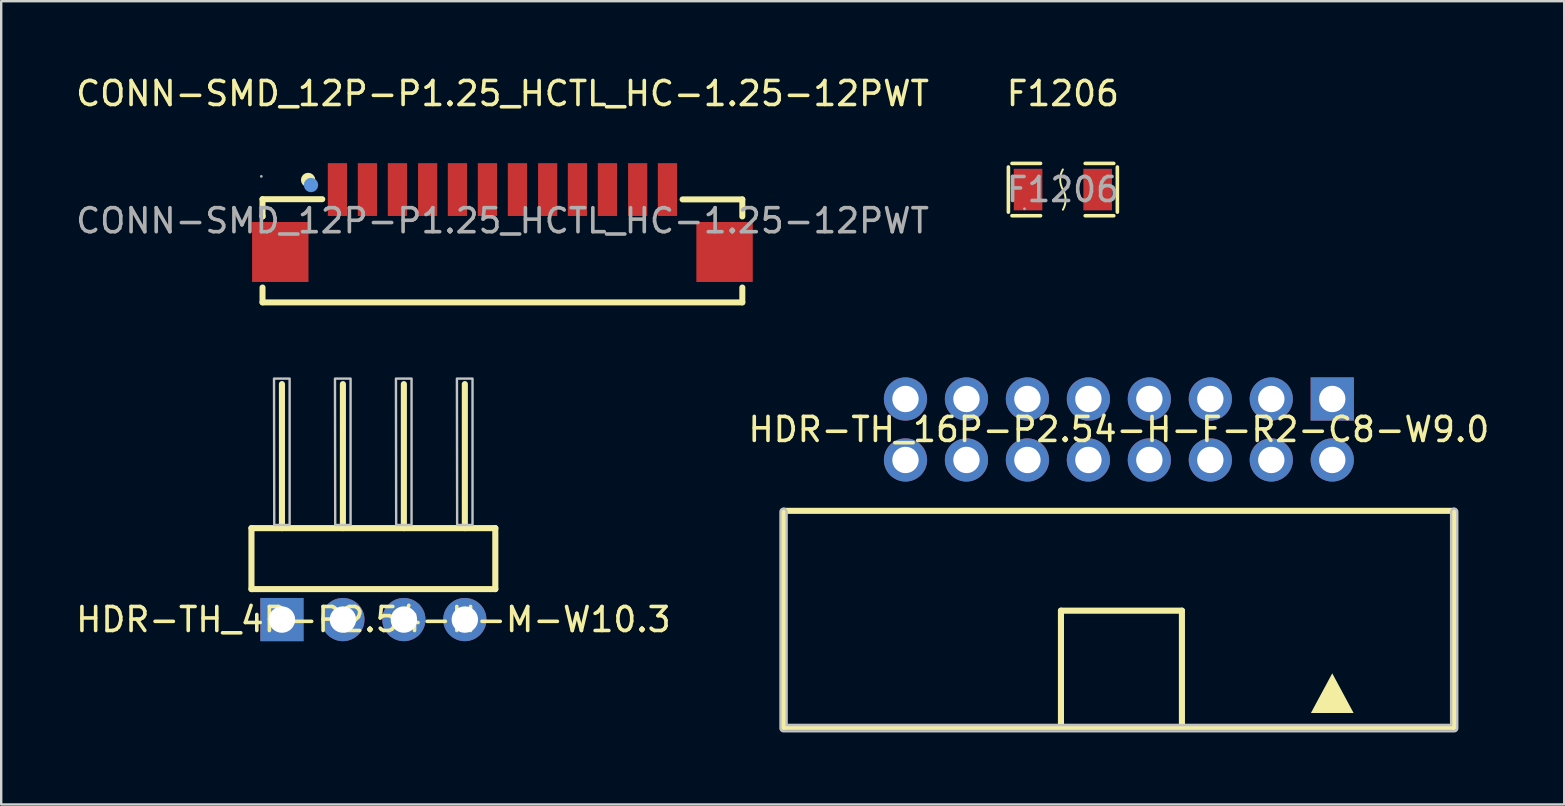
<source format=kicad_pcb>
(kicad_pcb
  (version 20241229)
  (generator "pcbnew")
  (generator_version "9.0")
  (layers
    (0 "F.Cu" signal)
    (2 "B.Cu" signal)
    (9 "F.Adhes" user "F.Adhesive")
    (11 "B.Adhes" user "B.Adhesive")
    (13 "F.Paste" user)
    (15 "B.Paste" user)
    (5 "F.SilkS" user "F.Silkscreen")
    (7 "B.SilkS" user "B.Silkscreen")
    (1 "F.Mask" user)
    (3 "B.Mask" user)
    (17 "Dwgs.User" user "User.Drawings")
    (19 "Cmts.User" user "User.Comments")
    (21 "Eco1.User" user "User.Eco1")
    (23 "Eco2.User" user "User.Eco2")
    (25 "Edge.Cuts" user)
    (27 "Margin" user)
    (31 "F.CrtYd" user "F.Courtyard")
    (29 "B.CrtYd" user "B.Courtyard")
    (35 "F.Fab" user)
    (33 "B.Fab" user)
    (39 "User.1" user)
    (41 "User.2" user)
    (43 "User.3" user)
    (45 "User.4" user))
  (footprint "F1206"
    (layer "F.Cu")
    (at 41.232 4.848)
    (property "Reference" "F1206" (at 0 -4 0) (layer "F.SilkS") (effects (font (size 1 1) (thickness 0.15))))
    (attr smd)
    (fp_line (start -2.27 -0.94) (end -2.27 0.94) (stroke (width 0.15) (type solid)) (layer "F.SilkS"))
    (fp_line (start -2.12 1.09) (end -0.93 1.09) (stroke (width 0.15) (type solid)) (layer "F.SilkS"))
    (fp_line (start -0.93 -1.09) (end -2.12 -1.09) (stroke (width 0.15) (type solid)) (layer "F.SilkS"))
    (fp_line (start 0.93 -1.09) (end 2.12 -1.09) (stroke (width 0.15) (type solid)) (layer "F.SilkS"))
    (fp_line (start 2.12 1.09) (end 0.93 1.09) (stroke (width 0.15) (type solid)) (layer "F.SilkS"))
    (fp_line (start 2.27 -0.94) (end 2.27 0.94) (stroke (width 0.15) (type solid)) (layer "F.SilkS"))
    (fp_arc (start -0.001269 -0.002199) (mid 0.112199 0.418731) (end 0 0.84) (stroke (width 0.08) (type solid)) (layer "F.SilkS"))
    (fp_arc (start 0.001269 0.002199) (mid -0.112199 -0.418731) (end 0 -0.84) (stroke (width 0.08) (type solid)) (layer "F.SilkS"))
    (fp_circle (center -1.6 0.8) (end -1.57 0.8) (stroke (width 0.06) (type solid)) (fill no) (layer "F.Fab"))
    (fp_text user "${REFERENCE}" (at 0 0 0) (layer "F.Fab") (effects (font (size 1 1) (thickness 0.15))))
    (pad "1" smd rect (at -1.45 0) (size 1.19 1.73) (layers "F.Cu" "F.Mask" "F.Paste"))
    (pad "2" smd rect (at 1.45 0) (size 1.19 1.73) (layers "F.Cu" "F.Mask" "F.Paste")))
  (footprint "HDR-TH_16P-P2.54-H-F-R2-C8-W9.0"
    (layer "F.Cu")
    (at 43.565 14.843)
    (property "Reference" "HDR-TH_16P-P2.54-H-F-R2-C8-W9.0" (at 0 0 0) (unlocked yes) (layer "F.SilkS") (effects (font (size 1 1) (thickness 0.15))))
    (fp_line (start -13.96 3.39) (end -13.96 12.39) (stroke (width 0.254) (type default)) (layer "F.SilkS"))
    (fp_line (start -13.96 3.39) (end 13.96 3.39) (stroke (width 0.254) (type default)) (layer "F.SilkS"))
    (fp_line (start -13.96 12.39) (end 13.96 12.39) (stroke (width 0.254) (type default)) (layer "F.SilkS"))
    (fp_line (start -2.413 7.549) (end 2.627 7.549) (stroke (width 0.254) (type default)) (layer "F.SilkS"))
    (fp_line (start -2.413 12.319) (end -2.413 7.549) (stroke (width 0.254) (type default)) (layer "F.SilkS"))
    (fp_line (start 2.627 7.549) (end 2.627 12.319) (stroke (width 0.254) (type default)) (layer "F.SilkS"))
    (fp_line (start 13.96 12.39) (end 13.96 3.39) (stroke (width 0.254) (type default)) (layer "F.SilkS"))
    (fp_poly (pts (xy 8.89 10.16) (xy 8.001 11.811) (xy 9.779 11.811)) (stroke (width 0) (type default)) (fill yes) (layer "F.SilkS"))
    (fp_poly (pts (arc (start -14.097 3.429) (mid -13.97 3.302) (end -13.843 3.429)) (xy -13.843 12.319) (xy 13.843 12.319) (arc (start 13.843 3.429) (mid 13.97 3.302) (end 14.097 3.429)) (arc (start 14.097 12.446) (mid 14.059803 12.535803) (end 13.97 12.573)) (arc (start -13.97 12.573) (mid -14.059803 12.535803) (end -14.097 12.446))) (stroke (width 0.1) (type default)) (fill no) (layer "Dwgs.User"))
    (fp_poly (pts (xy -9.21 -1.59) (xy -8.57 -1.59) (xy -8.57 -0.95) (xy -9.21 -0.95)) (stroke (width 0.1) (type default)) (fill no) (layer "User.1"))
    (fp_poly (pts (xy -9.21 -1.082) (xy -8.57 -1.082) (xy -8.57 3.5) (xy -9.21 3.5)) (stroke (width 0.1) (type default)) (fill no) (layer "User.1"))
    (fp_poly (pts (xy -9.21 0.95) (xy -8.57 0.95) (xy -8.57 1.59) (xy -9.21 1.59)) (stroke (width 0.1) (type default)) (fill no) (layer "User.1"))
    (fp_poly (pts (xy -6.67 -1.59) (xy -6.03 -1.59) (xy -6.03 -0.95) (xy -6.67 -0.95)) (stroke (width 0.1) (type default)) (fill no) (layer "User.1"))
    (fp_poly (pts (xy -6.67 -1.082) (xy -6.03 -1.082) (xy -6.03 3.5) (xy -6.67 3.5)) (stroke (width 0.1) (type default)) (fill no) (layer "User.1"))
    (fp_poly (pts (xy -6.67 0.95) (xy -6.03 0.95) (xy -6.03 1.59) (xy -6.67 1.59)) (stroke (width 0.1) (type default)) (fill no) (layer "User.1"))
    (fp_poly (pts (xy -4.13 -1.59) (xy -3.49 -1.59) (xy -3.49 -0.95) (xy -4.13 -0.95)) (stroke (width 0.1) (type default)) (fill no) (layer "User.1"))
    (fp_poly (pts (xy -4.13 -1.082) (xy -3.49 -1.082) (xy -3.49 3.5) (xy -4.13 3.5)) (stroke (width 0.1) (type default)) (fill no) (layer "User.1"))
    (fp_poly (pts (xy -4.13 0.95) (xy -3.49 0.95) (xy -3.49 1.59) (xy -4.13 1.59)) (stroke (width 0.1) (type default)) (fill no) (layer "User.1"))
    (fp_poly (pts (xy -1.59 -1.59) (xy -0.95 -1.59) (xy -0.95 -0.95) (xy -1.59 -0.95)) (stroke (width 0.1) (type default)) (fill no) (layer "User.1"))
    (fp_poly (pts (xy -1.59 -1.082) (xy -0.95 -1.082) (xy -0.95 3.5) (xy -1.59 3.5)) (stroke (width 0.1) (type default)) (fill no) (layer "User.1"))
    (fp_poly (pts (xy -1.59 0.95) (xy -0.95 0.95) (xy -0.95 1.59) (xy -1.59 1.59)) (stroke (width 0.1) (type default)) (fill no) (layer "User.1"))
    (fp_poly (pts (xy 0.95 -1.59) (xy 1.59 -1.59) (xy 1.59 -0.95) (xy 0.95 -0.95)) (stroke (width 0.1) (type default)) (fill no) (layer "User.1"))
    (fp_poly (pts (xy 0.95 -1.082) (xy 1.59 -1.082) (xy 1.59 3.5) (xy 0.95 3.5)) (stroke (width 0.1) (type default)) (fill no) (layer "User.1"))
    (fp_poly (pts (xy 0.95 0.95) (xy 1.59 0.95) (xy 1.59 1.59) (xy 0.95 1.59)) (stroke (width 0.1) (type default)) (fill no) (layer "User.1"))
    (fp_poly (pts (xy 3.49 -1.59) (xy 4.13 -1.59) (xy 4.13 -0.95) (xy 3.49 -0.95)) (stroke (width 0.1) (type default)) (fill no) (layer "User.1"))
    (fp_poly (pts (xy 3.49 -1.082) (xy 4.13 -1.082) (xy 4.13 3.5) (xy 3.49 3.5)) (stroke (width 0.1) (type default)) (fill no) (layer "User.1"))
    (fp_poly (pts (xy 3.49 0.95) (xy 4.13 0.95) (xy 4.13 1.59) (xy 3.49 1.59)) (stroke (width 0.1) (type default)) (fill no) (layer "User.1"))
    (fp_poly (pts (xy 6.03 -1.59) (xy 6.67 -1.59) (xy 6.67 -0.95) (xy 6.03 -0.95)) (stroke (width 0.1) (type default)) (fill no) (layer "User.1"))
    (fp_poly (pts (xy 6.03 -1.082) (xy 6.67 -1.082) (xy 6.67 3.5) (xy 6.03 3.5)) (stroke (width 0.1) (type default)) (fill no) (layer "User.1"))
    (fp_poly (pts (xy 6.03 0.95) (xy 6.67 0.95) (xy 6.67 1.59) (xy 6.03 1.59)) (stroke (width 0.1) (type default)) (fill no) (layer "User.1"))
    (fp_poly (pts (xy 8.57 -1.59) (xy 9.21 -1.59) (xy 9.21 -0.95) (xy 8.57 -0.95)) (stroke (width 0.1) (type default)) (fill no) (layer "User.1"))
    (fp_poly (pts (xy 8.57 -1.082) (xy 9.21 -1.082) (xy 9.21 3.5) (xy 8.57 3.5)) (stroke (width 0.1) (type default)) (fill no) (layer "User.1"))
    (fp_poly (pts (xy 8.57 0.95) (xy 9.21 0.95) (xy 9.21 1.59) (xy 8.57 1.59)) (stroke (width 0.1) (type default)) (fill no) (layer "User.1"))
    (fp_line (start -13.96 3.39) (end 13.96 3.39) (stroke (width 0.051) (type default)) (layer "User.2"))
    (fp_line (start -13.96 12.39) (end -13.96 3.39) (stroke (width 0.051) (type default)) (layer "User.2"))
    (fp_line (start 13.96 3.39) (end 13.96 12.39) (stroke (width 0.051) (type default)) (layer "User.2"))
    (fp_line (start 13.96 12.39) (end -13.96 12.39) (stroke (width 0.051) (type default)) (layer "User.2"))
    (fp_poly (pts (xy 14.02 -1.59) (xy 14.002 -1.632) (xy 13.96 -1.65) (xy 13.918 -1.632) (xy 13.9 -1.59) (xy 13.918 -1.548) (xy 13.96 -1.53) (xy 14.002 -1.548)) (stroke (width 0.1) (type default)) (fill no) (layer "User.3"))
    (pad "1" thru_hole rect (at 8.89 -1.27) (size 1.8 1.8) (drill 1.1) (layers "*.Cu" "*.Mask"))
    (pad "2" thru_hole circle (at 8.89 1.27) (size 1.8 1.8) (drill 1.1) (layers "*.Cu" "*.Mask"))
    (pad "3" thru_hole circle (at 6.35 -1.27) (size 1.8 1.8) (drill 1.1) (layers "*.Cu" "*.Mask"))
    (pad "4" thru_hole circle (at 6.35 1.27) (size 1.8 1.8) (drill 1.1) (layers "*.Cu" "*.Mask"))
    (pad "5" thru_hole circle (at 3.81 -1.27) (size 1.8 1.8) (drill 1.1) (layers "*.Cu" "*.Mask"))
    (pad "6" thru_hole circle (at 3.81 1.27) (size 1.8 1.8) (drill 1.1) (layers "*.Cu" "*.Mask"))
    (pad "7" thru_hole circle (at 1.27 -1.27) (size 1.8 1.8) (drill 1.1) (layers "*.Cu" "*.Mask"))
    (pad "8" thru_hole circle (at 1.27 1.27) (size 1.8 1.8) (drill 1.1) (layers "*.Cu" "*.Mask"))
    (pad "9" thru_hole circle (at -1.27 -1.27) (size 1.8 1.8) (drill 1.1) (layers "*.Cu" "*.Mask"))
    (pad "10" thru_hole circle (at -1.27 1.27) (size 1.8 1.8) (drill 1.1) (layers "*.Cu" "*.Mask"))
    (pad "11" thru_hole circle (at -3.81 -1.27) (size 1.8 1.8) (drill 1.1) (layers "*.Cu" "*.Mask"))
    (pad "12" thru_hole circle (at -3.81 1.27) (size 1.8 1.8) (drill 1.1) (layers "*.Cu" "*.Mask"))
    (pad "13" thru_hole circle (at -6.35 -1.27) (size 1.8 1.8) (drill 1.1) (layers "*.Cu" "*.Mask"))
    (pad "14" thru_hole circle (at -6.35 1.27) (size 1.8 1.8) (drill 1.1) (layers "*.Cu" "*.Mask"))
    (pad "15" thru_hole circle (at -8.89 -1.27) (size 1.8 1.8) (drill 1.1) (layers "*.Cu" "*.Mask"))
    (pad "16" thru_hole circle (at -8.89 1.27) (size 1.8 1.8) (drill 1.1) (layers "*.Cu" "*.Mask")))
  (footprint "HDR-TH_4P-P2.54-H-M-W10.3"
    (layer "F.Cu")
    (at 12.506 22.763)
    (property "Reference" "HDR-TH_4P-P2.54-H-M-W10.3" (at 0 0 0) (unlocked yes) (layer "F.SilkS") (effects (font (size 1 1) (thickness 0.15))))
    (fp_line (start -5.08 -3.81) (end 5.08 -3.81) (stroke (width 0.254) (type default)) (layer "F.SilkS"))
    (fp_line (start -5.08 -1.27) (end -5.08 -3.81) (stroke (width 0.254) (type default)) (layer "F.SilkS"))
    (fp_line (start -3.81 -3.81) (end -3.81 -9.81) (stroke (width 0.254) (type default)) (layer "F.SilkS"))
    (fp_line (start -1.27 -3.81) (end -1.27 -9.81) (stroke (width 0.254) (type default)) (layer "F.SilkS"))
    (fp_line (start 1.27 -3.81) (end 1.27 -9.81) (stroke (width 0.254) (type default)) (layer "F.SilkS"))
    (fp_line (start 3.81 -3.81) (end 3.81 -9.81) (stroke (width 0.254) (type default)) (layer "F.SilkS"))
    (fp_line (start 5.08 -3.81) (end 5.08 -1.27) (stroke (width 0.254) (type default)) (layer "F.SilkS"))
    (fp_line (start 5.08 -1.27) (end -5.08 -1.27) (stroke (width 0.254) (type default)) (layer "F.SilkS"))
    (fp_poly (pts (xy -4.14 -10.04) (xy -3.49 -10.04) (xy -3.49 -3.94) (xy -4.13 -3.94)) (stroke (width 0.1) (type default)) (fill no) (layer "Dwgs.User"))
    (fp_poly (pts (xy -1.6 -10.04) (xy -0.95 -10.04) (xy -0.95 -3.94) (xy -1.59 -3.94)) (stroke (width 0.1) (type default)) (fill no) (layer "Dwgs.User"))
    (fp_poly (pts (xy 0.94 -10.04) (xy 1.59 -10.04) (xy 1.59 -3.94) (xy 0.95 -3.94)) (stroke (width 0.1) (type default)) (fill no) (layer "Dwgs.User"))
    (fp_poly (pts (xy 3.48 -10.04) (xy 4.13 -10.04) (xy 4.13 -3.94) (xy 3.49 -3.94)) (stroke (width 0.1) (type default)) (fill no) (layer "Dwgs.User"))
    (fp_poly (pts (xy -4.13 -0.32) (xy -3.49 -0.32) (xy -3.49 0.32) (xy -4.13 0.32)) (stroke (width 0.1) (type default)) (fill no) (layer "User.1"))
    (fp_poly (pts (xy -4.13 0.32) (xy -3.49 0.32) (xy -3.49 -10.04) (xy -4.14 -10.04)) (stroke (width 0.1) (type default)) (fill no) (layer "User.1"))
    (fp_poly (pts (xy -1.59 -0.32) (xy -0.95 -0.32) (xy -0.95 0.32) (xy -1.59 0.32)) (stroke (width 0.1) (type default)) (fill no) (layer "User.1"))
    (fp_poly (pts (xy -1.59 0.32) (xy -0.95 0.32) (xy -0.95 -10.04) (xy -1.6 -10.04)) (stroke (width 0.1) (type default)) (fill no) (layer "User.1"))
    (fp_poly (pts (xy 0.95 -0.32) (xy 1.59 -0.32) (xy 1.59 0.32) (xy 0.95 0.32)) (stroke (width 0.1) (type default)) (fill no) (layer "User.1"))
    (fp_poly (pts (xy 0.95 0.32) (xy 1.59 0.32) (xy 1.59 -10.04) (xy 0.94 -10.04)) (stroke (width 0.1) (type default)) (fill no) (layer "User.1"))
    (fp_poly (pts (xy 3.49 -0.32) (xy 4.13 -0.32) (xy 4.13 0.32) (xy 3.49 0.32)) (stroke (width 0.1) (type default)) (fill no) (layer "User.1"))
    (fp_poly (pts (xy 3.49 0.32) (xy 4.13 0.32) (xy 4.13 -10.04) (xy 3.48 -10.04)) (stroke (width 0.1) (type default)) (fill no) (layer "User.1"))
    (fp_line (start -5.08 -3.81) (end 5.08 -3.81) (stroke (width 0.051) (type default)) (layer "User.2"))
    (fp_line (start -5.08 -1.27) (end -5.08 -3.81) (stroke (width 0.051) (type default)) (layer "User.2"))
    (fp_line (start 5.08 -3.81) (end 5.08 -1.27) (stroke (width 0.051) (type default)) (layer "User.2"))
    (fp_line (start 5.08 -1.27) (end -5.08 -1.27) (stroke (width 0.051) (type default)) (layer "User.2"))
    (fp_poly (pts (xy -5.02 0.32) (xy -5.038 0.278) (xy -5.08 0.26) (xy -5.122 0.278) (xy -5.14 0.32) (xy -5.122 0.362) (xy -5.08 0.38) (xy -5.038 0.362)) (stroke (width 0.1) (type default)) (fill no) (layer "User.3"))
    (pad "1" thru_hole rect (at -3.81 0) (size 1.8 1.8) (drill 1.1) (layers "*.Cu" "*.Mask"))
    (pad "2" thru_hole circle (at -1.27 0) (size 1.8 1.8) (drill 1.1) (layers "*.Cu" "*.Mask"))
    (pad "3" thru_hole circle (at 1.27 0) (size 1.8 1.8) (drill 1.1) (layers "*.Cu" "*.Mask"))
    (pad "4" thru_hole circle (at 3.81 0) (size 1.8 1.8) (drill 1.1) (layers "*.Cu" "*.Mask")))
  (footprint "CONN-SMD_12P-P1.25_HCTL_HC-1.25-12PWT"
    (layer "F.Cu")
    (at 17.887 6.148)
    (property "Reference" "CONN-SMD_12P-P1.25_HCTL_HC-1.25-12PWT" (at 0 -5.3 0) (layer "F.SilkS") (effects (font (size 1 1) (thickness 0.15))))
    (attr smd)
    (fp_line (start -10 -0.9) (end -7.51 -0.9) (stroke (width 0.25) (type solid)) (layer "F.SilkS"))
    (fp_line (start -10 -0.18) (end -10 -0.9) (stroke (width 0.25) (type solid)) (layer "F.SilkS"))
    (fp_line (start -10 -0.18) (end -10 -0.2) (stroke (width 0.25) (type solid)) (layer "F.SilkS"))
    (fp_line (start -10 3.4) (end -10 2.78) (stroke (width 0.25) (type solid)) (layer "F.SilkS"))
    (fp_line (start 9.99 -0.89) (end 7.5 -0.89) (stroke (width 0.25) (type solid)) (layer "F.SilkS"))
    (fp_line (start 9.99 -0.18) (end 9.99 -0.89) (stroke (width 0.25) (type solid)) (layer "F.SilkS"))
    (fp_line (start 9.99 3.4) (end -10 3.4) (stroke (width 0.25) (type solid)) (layer "F.SilkS"))
    (fp_line (start 9.99 3.4) (end 9.99 2.78) (stroke (width 0.25) (type solid)) (layer "F.SilkS"))
    (fp_circle (center -8.1 -1.7) (end -7.95 -1.7) (stroke (width 0.3) (type solid)) (fill no) (layer "F.SilkS"))
    (fp_circle (center -7.98 -1.49) (end -7.83 -1.49) (stroke (width 0.3) (type solid)) (fill no) (layer "Cmts.User"))
    (fp_circle (center -10.05 -1.85) (end -10.02 -1.85) (stroke (width 0.06) (type solid)) (fill no) (layer "F.Fab"))
    (fp_text user "${REFERENCE}" (at 0 0 0) (layer "F.Fab") (effects (font (size 1 1) (thickness 0.15))))
    (pad "1" smd rect (at -6.88 -1.3) (size 0.8 2.2) (layers "F.Cu" "F.Mask" "F.Paste"))
    (pad "2" smd rect (at -5.63 -1.3) (size 0.8 2.2) (layers "F.Cu" "F.Mask" "F.Paste"))
    (pad "3" smd rect (at -4.38 -1.3) (size 0.8 2.2) (layers "F.Cu" "F.Mask" "F.Paste"))
    (pad "4" smd rect (at -3.12 -1.3) (size 0.8 2.2) (layers "F.Cu" "F.Mask" "F.Paste"))
    (pad "5" smd rect (at -1.88 -1.3) (size 0.8 2.2) (layers "F.Cu" "F.Mask" "F.Paste"))
    (pad "6" smd rect (at -0.63 -1.3) (size 0.8 2.2) (layers "F.Cu" "F.Mask" "F.Paste"))
    (pad "7" smd rect (at 0.62 -1.3) (size 0.8 2.2) (layers "F.Cu" "F.Mask" "F.Paste"))
    (pad "8" smd rect (at 1.88 -1.3) (size 0.8 2.2) (layers "F.Cu" "F.Mask" "F.Paste"))
    (pad "9" smd rect (at 3.12 -1.3) (size 0.8 2.2) (layers "F.Cu" "F.Mask" "F.Paste"))
    (pad "10" smd rect (at 4.37 -1.3) (size 0.8 2.2) (layers "F.Cu" "F.Mask" "F.Paste"))
    (pad "11" smd rect (at 5.63 -1.3) (size 0.8 2.2) (layers "F.Cu" "F.Mask" "F.Paste"))
    (pad "12" smd rect (at 6.87 -1.3) (size 0.8 2.2) (layers "F.Cu" "F.Mask" "F.Paste"))
    (pad "13" smd rect (at 9.25 1.3) (size 2.35 2.5) (layers "F.Cu" "F.Mask" "F.Paste"))
    (pad "14" smd rect (at -9.26 1.3) (size 2.35 2.5) (layers "F.Cu" "F.Mask" "F.Paste")))
  (gr_rect
    (start -3 -3)
    (end 62.119 30.466)
    (stroke (width 0.1) (type default))
    (fill no)
    (layer "Edge.Cuts")))
</source>
